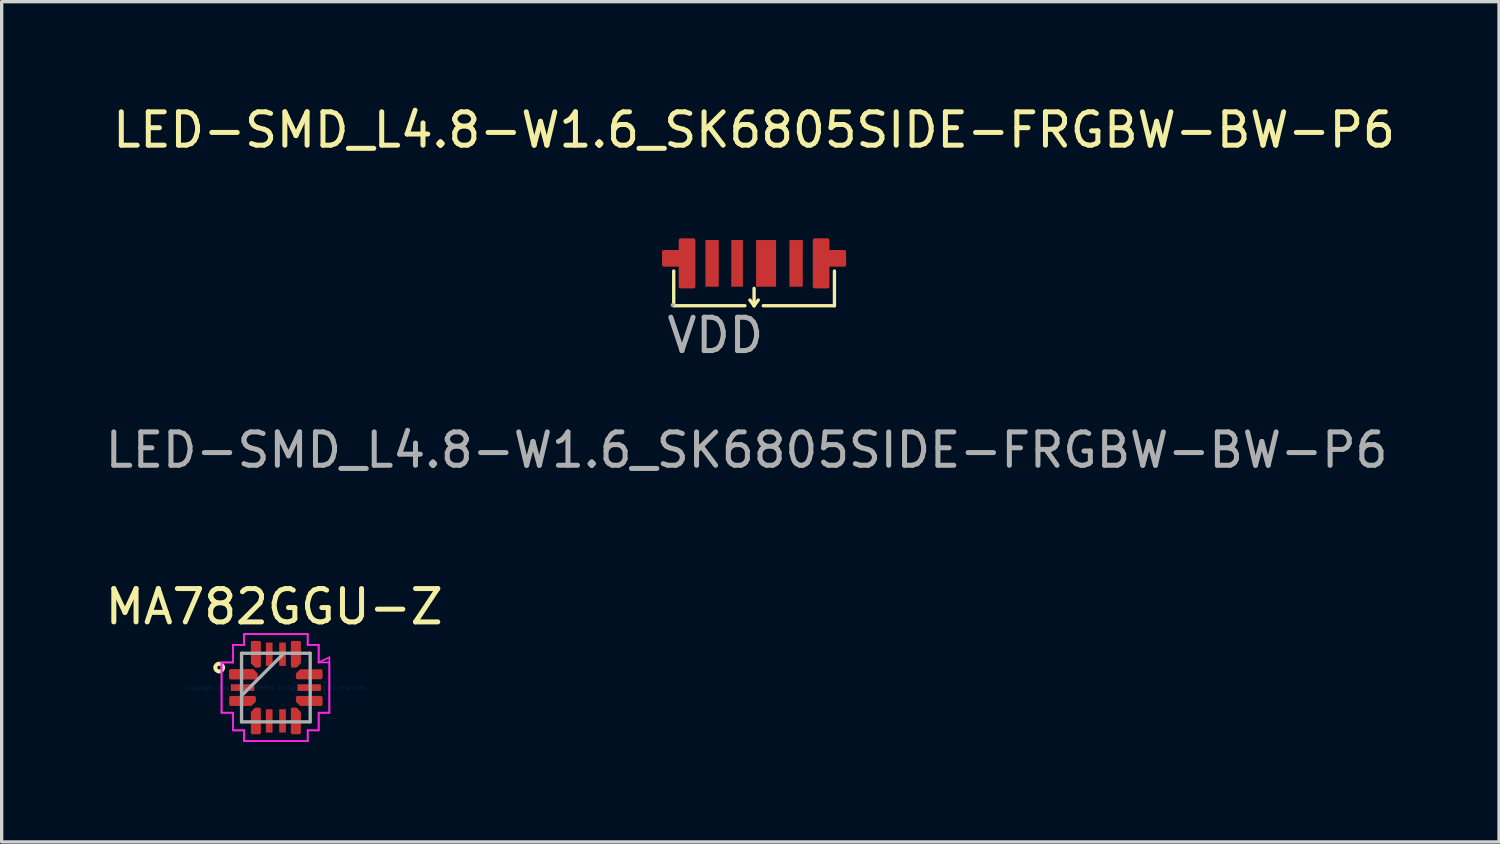
<source format=kicad_pcb>
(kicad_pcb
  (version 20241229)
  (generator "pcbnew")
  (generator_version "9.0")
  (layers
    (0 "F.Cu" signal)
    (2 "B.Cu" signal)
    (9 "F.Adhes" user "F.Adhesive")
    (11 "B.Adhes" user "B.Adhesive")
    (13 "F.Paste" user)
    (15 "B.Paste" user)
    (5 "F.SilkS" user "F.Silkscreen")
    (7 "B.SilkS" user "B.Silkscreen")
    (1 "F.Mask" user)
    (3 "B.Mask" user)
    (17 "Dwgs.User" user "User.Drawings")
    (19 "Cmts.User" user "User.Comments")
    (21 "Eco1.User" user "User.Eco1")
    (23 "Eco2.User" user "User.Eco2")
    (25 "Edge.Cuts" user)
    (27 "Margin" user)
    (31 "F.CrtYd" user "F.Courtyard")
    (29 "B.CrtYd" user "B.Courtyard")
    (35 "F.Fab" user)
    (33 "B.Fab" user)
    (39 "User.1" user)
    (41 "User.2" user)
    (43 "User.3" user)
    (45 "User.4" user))
  (footprint "LED-SMD_L4.8-W1.6_SK6805SIDE-FRGBW-BW-P6"
    (layer "F.Cu")
    (at 19.564 4.848)
    (property "Reference" "LED-SMD_L4.8-W1.6_SK6805SIDE-FRGBW-BW-P6" (at 0 -4 0) (layer "F.SilkS") (effects (font (size 1 1) (thickness 0.15))))
    (attr smd)
    (fp_line (start -2.41 0.23) (end -2.41 1.27) (stroke (width 0.1) (type solid)) (layer "F.SilkS"))
    (fp_line (start -2.41 1.27) (end -0.275 1.27) (stroke (width 0.1) (type solid)) (layer "F.SilkS"))
    (fp_line (start 0 1.27) (end -0.125 1.1) (stroke (width 0.1) (type default)) (layer "F.SilkS"))
    (fp_line (start 0 1.27) (end 0 0.75) (stroke (width 0.1) (type default)) (layer "F.SilkS"))
    (fp_line (start 0 1.27) (end 0.125 1.1) (stroke (width 0.1) (type default)) (layer "F.SilkS"))
    (fp_line (start 0.275 1.27) (end 2.41 1.27) (stroke (width 0.1) (type solid)) (layer "F.SilkS"))
    (fp_line (start 2.41 1.27) (end 2.41 0.23) (stroke (width 0.1) (type solid)) (layer "F.SilkS"))
    (fp_circle (center -2.44 1.25) (end -2.41 1.25) (stroke (width 0.06) (type solid)) (fill no) (layer "F.Fab"))
    (fp_text user "VDD" (at -2.69 2.16 0) (layer "F.Fab") (effects (font (size 1 1) (thickness 0.15)) (justify left)))
    (fp_text user "${REFERENCE}" (at -0.225 5.6 0) (layer "F.Fab") (effects (font (size 1 1) (thickness 0.15))))
    (pad "1" smd custom (at -2.26 0) (size 0.01 0.01) (layers "F.Cu" "F.Mask" "F.Paste") (options (anchor circle)) (primitives (gr_poly (pts (xy 0.05 -0.7) (xy 0.05 -0.35) (xy -0.45 -0.35) (xy -0.45 0.05) (xy 0.05 0.05) (xy 0.05 0.7) (xy 0.45 0.7) (xy 0.45 -0.7) (xy 0.05 -0.7)) (width 0.1) (fill yes))))
    (pad "2" smd rect (at -1.26 0) (size 0.4 1.4) (layers "F.Cu" "F.Mask" "F.Paste"))
    (pad "3" smd rect (at -0.51 0) (size 0.35 1.4) (layers "F.Cu" "F.Mask" "F.Paste"))
    (pad "4" smd rect (at 0.36 0) (size 0.6 1.4) (layers "F.Cu" "F.Mask" "F.Paste"))
    (pad "5" smd rect (at 1.26 0) (size 0.4 1.4) (layers "F.Cu" "F.Mask" "F.Paste"))
    (pad "6" smd custom (at 2.26 0) (size 0.01 0.01) (layers "F.Cu" "F.Mask" "F.Paste") (options (anchor circle)) (primitives (gr_poly (pts (xy -0.45 -0.7) (xy -0.45 0.7) (xy -0.05 0.7) (xy -0.05 0.05) (xy 0.45 0.05) (xy 0.45 -0.35) (xy -0.05 -0.35) (xy -0.05 -0.7) (xy -0.45 -0.7)) (width 0.1) (fill yes)))))
  (footprint "MA782GGU-Z"
    (layer "F.Cu")
    (at 5.223 17.57)
    (property "Reference" "MA782GGU-Z" (at -0.05 -2.425 0) (layer "F.SilkS") (effects (font (size 1 1) (thickness 0.15))))
    (attr through_hole)
    (fp_poly (pts (xy -0.65 0.3) (xy -1.35 0.3) (xy -1.35 0.5) (xy -0.75 0.5) (xy -0.65 0.4)) (stroke (width 0.1) (type solid)) (fill yes) (layer "F.Cu"))
    (fp_poly (pts (xy -0.6 -0.3) (xy -1.35 -0.3) (xy -1.35 -0.5) (xy -0.7 -0.5) (xy -0.6 -0.4)) (stroke (width 0.1) (type solid)) (fill yes) (layer "F.Cu"))
    (fp_poly (pts (xy -0.6 -0.3) (xy -1.35 -0.3) (xy -1.35 -0.5) (xy -0.7 -0.5) (xy -0.6 -0.4)) (stroke (width 0.1) (type solid)) (fill yes) (layer "F.Cu"))
    (fp_poly (pts (xy -0.5 -0.65) (xy -0.5 -1.35) (xy -0.7 -1.35) (xy -0.7 -0.75) (xy -0.6 -0.65)) (stroke (width 0.1) (type solid)) (fill yes) (layer "F.Cu"))
    (fp_poly (pts (xy -0.5 0.65) (xy -0.5 1.35) (xy -0.7 1.35) (xy -0.7 0.75) (xy -0.6 0.65)) (stroke (width 0.1) (type solid)) (fill yes) (layer "F.Cu"))
    (fp_poly (pts (xy 0.5 -0.65) (xy 0.5 -1.35) (xy 0.7 -1.35) (xy 0.7 -0.75) (xy 0.6 -0.65)) (stroke (width 0.1) (type solid)) (fill yes) (layer "F.Cu"))
    (fp_poly (pts (xy 0.5 0.65) (xy 0.5 1.35) (xy 0.7 1.35) (xy 0.7 0.75) (xy 0.6 0.65)) (stroke (width 0.1) (type solid)) (fill yes) (layer "F.Cu"))
    (fp_poly (pts (xy 0.65 -0.3) (xy 1.35 -0.3) (xy 1.35 -0.5) (xy 0.75 -0.5) (xy 0.65 -0.4)) (stroke (width 0.1) (type solid)) (fill yes) (layer "F.Cu"))
    (fp_poly (pts (xy 0.65 0.3) (xy 1.35 0.3) (xy 1.35 0.5) (xy 0.75 0.5) (xy 0.65 0.4)) (stroke (width 0.1) (type solid)) (fill yes) (layer "F.Cu"))
    (fp_poly (pts (xy -0.65 0.3) (xy -1.35 0.3) (xy -1.35 0.5) (xy -0.75 0.5) (xy -0.65 0.4)) (stroke (width 0.1) (type solid)) (fill yes) (layer "F.Mask"))
    (fp_poly (pts (xy -0.6 -0.3) (xy -1.35 -0.3) (xy -1.35 -0.5) (xy -0.7 -0.5) (xy -0.6 -0.4)) (stroke (width 0.1) (type solid)) (fill yes) (layer "F.Mask"))
    (fp_poly (pts (xy -0.5 -0.65) (xy -0.5 -1.35) (xy -0.7 -1.35) (xy -0.7 -0.75) (xy -0.6 -0.65)) (stroke (width 0.1) (type solid)) (fill yes) (layer "F.Mask"))
    (fp_poly (pts (xy -0.5 0.65) (xy -0.5 1.35) (xy -0.7 1.35) (xy -0.7 0.75) (xy -0.6 0.65)) (stroke (width 0.1) (type solid)) (fill yes) (layer "F.Mask"))
    (fp_poly (pts (xy 0.5 -0.65) (xy 0.5 -1.35) (xy 0.7 -1.35) (xy 0.7 -0.75) (xy 0.6 -0.65)) (stroke (width 0.1) (type solid)) (fill yes) (layer "F.Mask"))
    (fp_poly (pts (xy 0.5 0.65) (xy 0.5 1.35) (xy 0.7 1.35) (xy 0.7 0.75) (xy 0.6 0.65)) (stroke (width 0.1) (type solid)) (fill yes) (layer "F.Mask"))
    (fp_poly (pts (xy 0.65 -0.3) (xy 1.35 -0.3) (xy 1.35 -0.5) (xy 0.75 -0.5) (xy 0.65 -0.4)) (stroke (width 0.1) (type solid)) (fill yes) (layer "F.Mask"))
    (fp_poly (pts (xy 0.65 0.3) (xy 1.35 0.3) (xy 1.35 0.5) (xy 0.75 0.5) (xy 0.65 0.4)) (stroke (width 0.1) (type solid)) (fill yes) (layer "F.Mask"))
    (fp_circle (center -1.7 -0.6) (end -1.644 -0.6) (stroke (width 0.12) (type solid)) (fill no) (layer "F.SilkS"))
    (fp_poly (pts (xy -0.65 0.3) (xy -1.35 0.3) (xy -1.35 0.5) (xy -0.75 0.5) (xy -0.65 0.4)) (stroke (width 0.1) (type solid)) (fill yes) (layer "F.Paste"))
    (fp_poly (pts (xy -0.6 -0.3) (xy -1.35 -0.3) (xy -1.35 -0.5) (xy -0.7 -0.5) (xy -0.6 -0.4)) (stroke (width 0.1) (type solid)) (fill yes) (layer "F.Paste"))
    (fp_poly (pts (xy -0.5 -0.65) (xy -0.5 -1.35) (xy -0.7 -1.35) (xy -0.7 -0.75) (xy -0.6 -0.65)) (stroke (width 0.1) (type solid)) (fill yes) (layer "F.Paste"))
    (fp_poly (pts (xy -0.5 0.65) (xy -0.5 1.35) (xy -0.7 1.35) (xy -0.7 0.75) (xy -0.6 0.65)) (stroke (width 0.1) (type solid)) (fill yes) (layer "F.Paste"))
    (fp_poly (pts (xy 0.5 -0.65) (xy 0.5 -1.35) (xy 0.7 -1.35) (xy 0.7 -0.75) (xy 0.6 -0.65)) (stroke (width 0.1) (type solid)) (fill yes) (layer "F.Paste"))
    (fp_poly (pts (xy 0.5 0.65) (xy 0.5 1.35) (xy 0.7 1.35) (xy 0.7 0.75) (xy 0.6 0.65)) (stroke (width 0.1) (type solid)) (fill yes) (layer "F.Paste"))
    (fp_poly (pts (xy 0.65 -0.3) (xy 1.35 -0.3) (xy 1.35 -0.5) (xy 0.75 -0.5) (xy 0.65 -0.4)) (stroke (width 0.1) (type solid)) (fill yes) (layer "F.Paste"))
    (fp_poly (pts (xy 0.65 0.3) (xy 1.35 0.3) (xy 1.35 0.5) (xy 0.75 0.5) (xy 0.65 0.4)) (stroke (width 0.1) (type solid)) (fill yes) (layer "F.Paste"))
    (fp_line (start -1.629 -0.754) (end -1.283 -0.754) (stroke (width 0.05) (type solid)) (layer "F.CrtYd"))
    (fp_line (start -1.629 -0.754) (end -1.283 -0.754) (stroke (width 0.05) (type solid)) (layer "F.CrtYd"))
    (fp_line (start -1.629 0.754) (end -1.629 -0.754) (stroke (width 0.05) (type solid)) (layer "F.CrtYd"))
    (fp_line (start -1.629 0.754) (end -1.629 -0.754) (stroke (width 0.05) (type solid)) (layer "F.CrtYd"))
    (fp_line (start -1.283 -1.283) (end -0.954 -1.283) (stroke (width 0.05) (type solid)) (layer "F.CrtYd"))
    (fp_line (start -1.283 -1.283) (end -0.954 -1.283) (stroke (width 0.05) (type solid)) (layer "F.CrtYd"))
    (fp_line (start -1.283 -0.754) (end -1.283 -1.283) (stroke (width 0.05) (type solid)) (layer "F.CrtYd"))
    (fp_line (start -1.283 -0.754) (end -1.283 -1.283) (stroke (width 0.05) (type solid)) (layer "F.CrtYd"))
    (fp_line (start -1.283 0.754) (end -1.629 0.754) (stroke (width 0.05) (type solid)) (layer "F.CrtYd"))
    (fp_line (start -1.283 0.754) (end -1.629 0.754) (stroke (width 0.05) (type solid)) (layer "F.CrtYd"))
    (fp_line (start -1.283 1.283) (end -1.283 0.754) (stroke (width 0.05) (type solid)) (layer "F.CrtYd"))
    (fp_line (start -1.283 1.283) (end -1.283 0.754) (stroke (width 0.05) (type solid)) (layer "F.CrtYd"))
    (fp_line (start -0.954 -1.604) (end 0.954 -1.604) (stroke (width 0.05) (type solid)) (layer "F.CrtYd"))
    (fp_line (start -0.954 -1.604) (end 0.954 -1.604) (stroke (width 0.05) (type solid)) (layer "F.CrtYd"))
    (fp_line (start -0.954 -1.283) (end -0.954 -1.604) (stroke (width 0.05) (type solid)) (layer "F.CrtYd"))
    (fp_line (start -0.954 -1.283) (end -0.954 -1.604) (stroke (width 0.05) (type solid)) (layer "F.CrtYd"))
    (fp_line (start -0.954 1.283) (end -1.283 1.283) (stroke (width 0.05) (type solid)) (layer "F.CrtYd"))
    (fp_line (start -0.954 1.283) (end -1.283 1.283) (stroke (width 0.05) (type solid)) (layer "F.CrtYd"))
    (fp_line (start -0.954 1.604) (end -0.954 1.283) (stroke (width 0.05) (type solid)) (layer "F.CrtYd"))
    (fp_line (start -0.954 1.604) (end -0.954 1.283) (stroke (width 0.05) (type solid)) (layer "F.CrtYd"))
    (fp_line (start 0.954 -1.604) (end 0.954 -1.283) (stroke (width 0.05) (type solid)) (layer "F.CrtYd"))
    (fp_line (start 0.954 -1.604) (end 0.954 -1.283) (stroke (width 0.05) (type solid)) (layer "F.CrtYd"))
    (fp_line (start 0.954 -1.283) (end 1.283 -1.283) (stroke (width 0.05) (type solid)) (layer "F.CrtYd"))
    (fp_line (start 0.954 -1.283) (end 1.283 -1.283) (stroke (width 0.05) (type solid)) (layer "F.CrtYd"))
    (fp_line (start 0.954 1.283) (end 0.954 1.604) (stroke (width 0.05) (type solid)) (layer "F.CrtYd"))
    (fp_line (start 0.954 1.283) (end 0.954 1.604) (stroke (width 0.05) (type solid)) (layer "F.CrtYd"))
    (fp_line (start 0.954 1.604) (end -0.954 1.604) (stroke (width 0.05) (type solid)) (layer "F.CrtYd"))
    (fp_line (start 0.954 1.604) (end -0.954 1.604) (stroke (width 0.05) (type solid)) (layer "F.CrtYd"))
    (fp_line (start 1.283 -1.283) (end 1.283 -0.754) (stroke (width 0.05) (type solid)) (layer "F.CrtYd"))
    (fp_line (start 1.283 -1.283) (end 1.283 -0.754) (stroke (width 0.05) (type solid)) (layer "F.CrtYd"))
    (fp_line (start 1.283 -0.754) (end 1.604 -0.908) (stroke (width 0.05) (type solid)) (layer "F.CrtYd"))
    (fp_line (start 1.283 -0.754) (end 1.604 -0.754) (stroke (width 0.05) (type solid)) (layer "F.CrtYd"))
    (fp_line (start 1.283 0.754) (end 1.283 1.283) (stroke (width 0.05) (type solid)) (layer "F.CrtYd"))
    (fp_line (start 1.283 0.754) (end 1.283 1.283) (stroke (width 0.05) (type solid)) (layer "F.CrtYd"))
    (fp_line (start 1.283 1.283) (end 0.954 1.283) (stroke (width 0.05) (type solid)) (layer "F.CrtYd"))
    (fp_line (start 1.283 1.283) (end 0.954 1.283) (stroke (width 0.05) (type solid)) (layer "F.CrtYd"))
    (fp_line (start 1.604 -0.908) (end 1.604 0.754) (stroke (width 0.05) (type solid)) (layer "F.CrtYd"))
    (fp_line (start 1.604 -0.754) (end 1.604 0.754) (stroke (width 0.05) (type solid)) (layer "F.CrtYd"))
    (fp_line (start 1.604 0.754) (end 1.283 0.754) (stroke (width 0.05) (type solid)) (layer "F.CrtYd"))
    (fp_line (start 1.604 0.754) (end 1.283 0.754) (stroke (width 0.05) (type solid)) (layer "F.CrtYd"))
    (fp_line (start -1.029 -1.029) (end -1.029 1.029) (stroke (width 0.1) (type solid)) (layer "F.Fab"))
    (fp_line (start -1.029 0.241) (end 0.241 -1.029) (stroke (width 0.1) (type solid)) (layer "F.Fab"))
    (fp_line (start -1.029 1.029) (end 1.029 1.029) (stroke (width 0.1) (type solid)) (layer "F.Fab"))
    (fp_line (start 1.029 -1.029) (end -1.029 -1.029) (stroke (width 0.1) (type solid)) (layer "F.Fab"))
    (fp_line (start 1.029 1.029) (end 1.029 -1.029) (stroke (width 0.1) (type solid)) (layer "F.Fab"))
    (fp_text user "Copyright 2021 Accelerated Designs. All rights reserved." (at 0 0 0) (layer "Cmts.User") (effects (font (size 0.127 0.127) (thickness 0.002))))
    (pad "1" smd rect (at -0.975 -0.4) (size 0.127 0.127) (layers "F.Cu" "F.Mask" "F.Paste"))
    (pad "2" smd rect (at -1 0) (size 0.7 0.2) (layers "F.Cu" "F.Mask" "F.Paste"))
    (pad "4" smd rect (at -0.6 1 90) (size 0.127 0.127) (layers "F.Cu" "F.Mask" "F.Paste"))
    (pad "5" smd rect (at -0.2 1 90) (size 0.7 0.2) (layers "F.Cu" "F.Mask" "F.Paste"))
    (pad "6" smd rect (at 0.2 1 90) (size 0.7 0.2) (layers "F.Cu" "F.Mask" "F.Paste"))
    (pad "8" smd rect (at 1 0.4) (size 0.127 0.127) (layers "F.Cu" "F.Mask" "F.Paste"))
    (pad "9" smd rect (at 1 0) (size 0.7 0.2) (layers "F.Cu" "F.Mask" "F.Paste"))
    (pad "10" smd rect (at 1 -0.4) (size 0.127 0.127) (layers "F.Cu" "F.Mask" "F.Paste"))
    (pad "11" smd rect (at 0.6 -1 90) (size 0.127 0.127) (layers "F.Cu" "F.Mask" "F.Paste"))
    (pad "12" smd rect (at 0.2 -1 90) (size 0.7 0.2) (layers "F.Cu" "F.Mask" "F.Paste"))
    (pad "13" smd rect (at -0.2 -1 90) (size 0.7 0.2) (layers "F.Cu" "F.Mask" "F.Paste"))
    (pad "14" smd rect (at -0.6 -1 90) (size 0.127 0.127) (layers "F.Cu" "F.Mask" "F.Paste")))
  (gr_rect
    (start -3 -3)
    (end 41.904 22.199)
    (stroke (width 0.1) (type default))
    (fill no)
    (layer "Edge.Cuts")))
</source>
